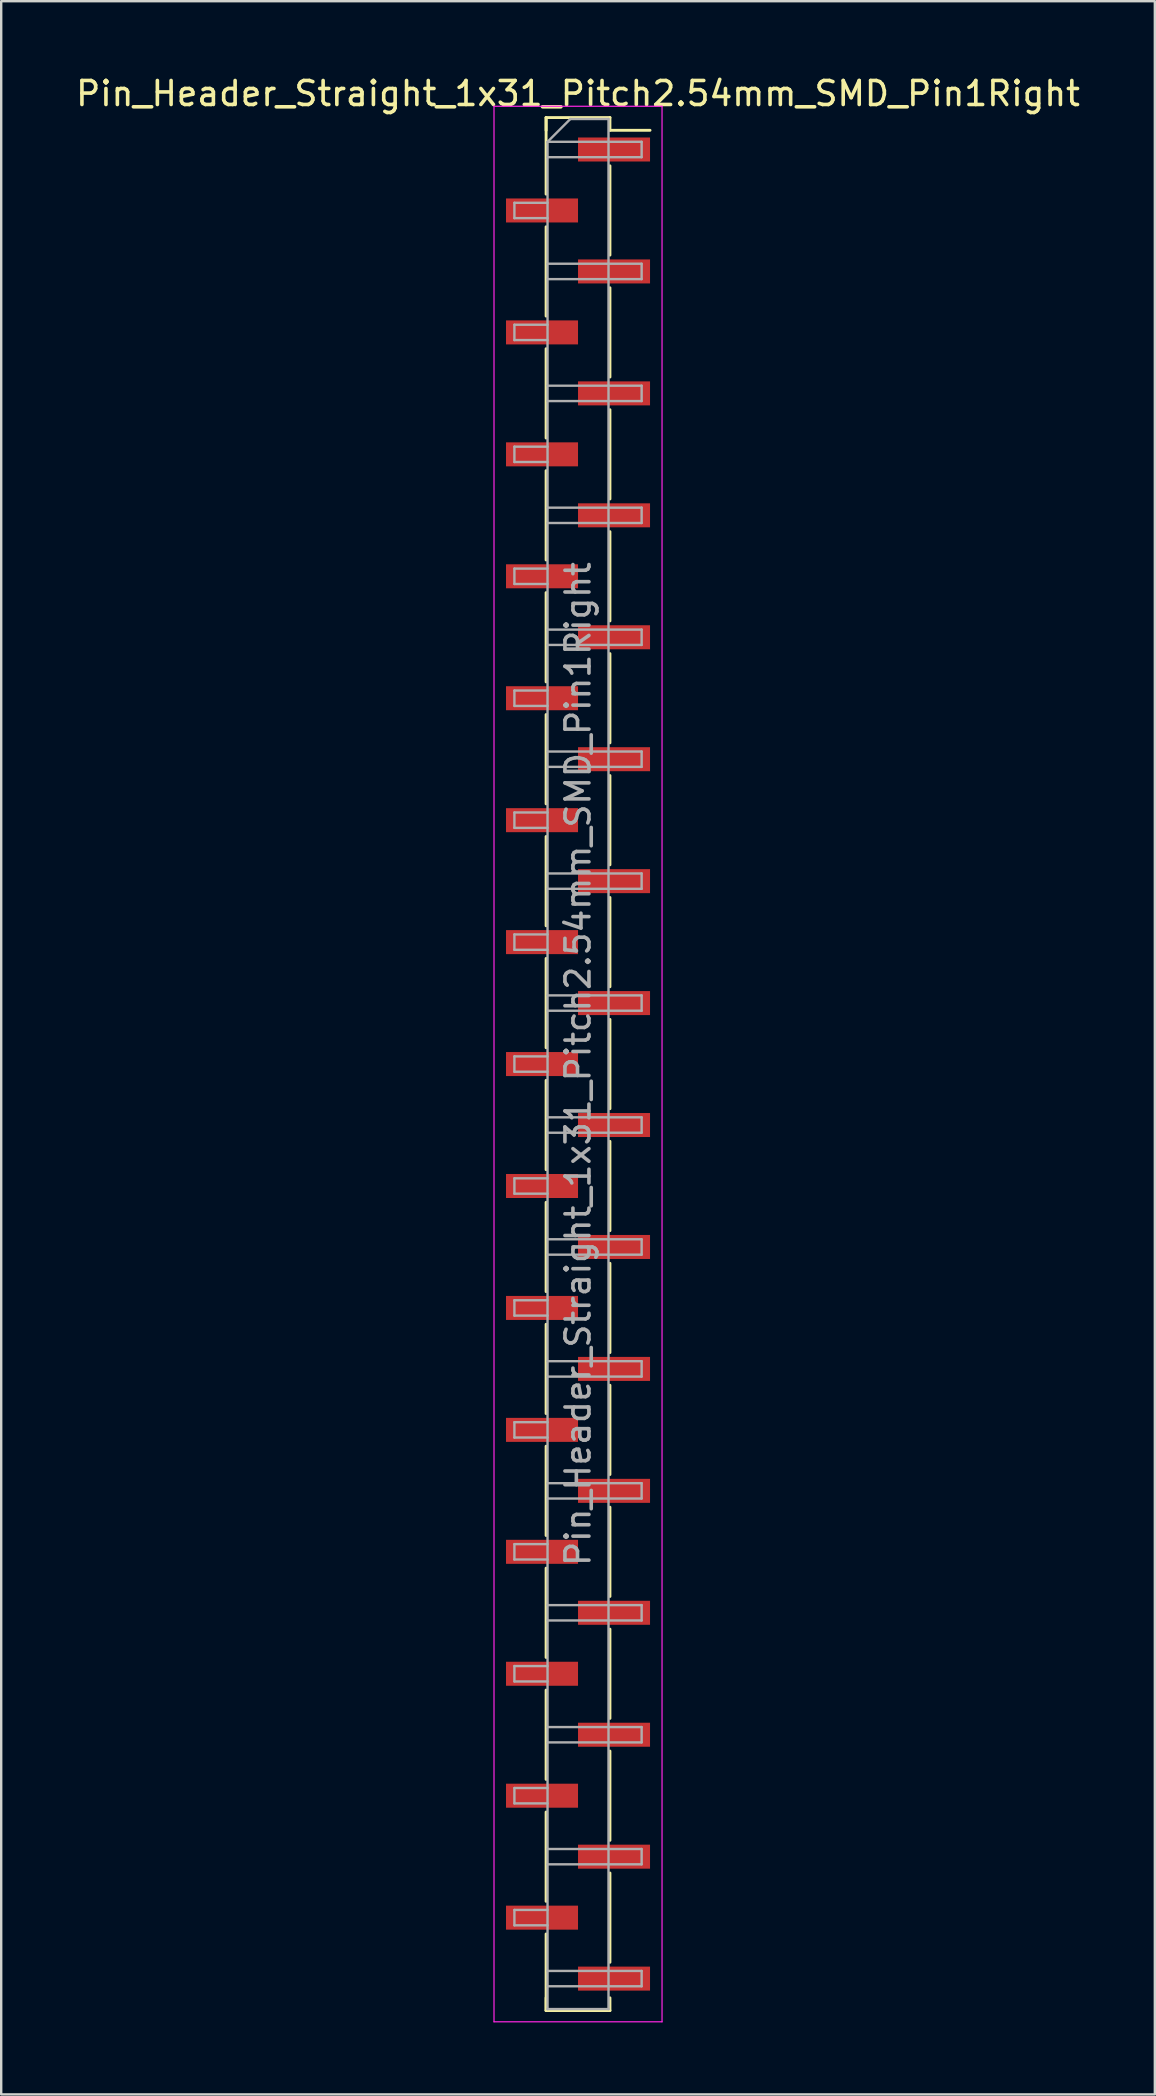
<source format=kicad_pcb>
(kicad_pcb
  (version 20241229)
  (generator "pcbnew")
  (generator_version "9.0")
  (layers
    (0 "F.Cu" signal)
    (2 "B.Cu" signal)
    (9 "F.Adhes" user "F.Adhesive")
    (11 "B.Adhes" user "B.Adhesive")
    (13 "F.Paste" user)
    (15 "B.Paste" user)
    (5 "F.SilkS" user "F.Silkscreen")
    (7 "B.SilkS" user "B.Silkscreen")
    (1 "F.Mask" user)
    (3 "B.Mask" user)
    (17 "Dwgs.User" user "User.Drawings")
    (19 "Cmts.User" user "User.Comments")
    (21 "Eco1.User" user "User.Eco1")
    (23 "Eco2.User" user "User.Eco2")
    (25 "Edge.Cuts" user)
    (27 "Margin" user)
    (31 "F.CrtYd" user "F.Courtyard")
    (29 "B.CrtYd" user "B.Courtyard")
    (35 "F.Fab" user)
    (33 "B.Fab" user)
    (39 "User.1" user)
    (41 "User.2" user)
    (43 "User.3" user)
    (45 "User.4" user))
  (footprint "Pin_Header_Straight_1x31_Pitch2.54mm_SMD_Pin1Right"
    (layer "F.Cu")
    (at 21.03 41.278)
    (property "Reference" "Pin_Header_Straight_1x31_Pitch2.54mm_SMD_Pin1Right" (at 0 -40.43 0) (layer "F.SilkS") (effects (font (size 1 1) (thickness 0.15))))
    (attr smd)
    (fp_line (start -1.33 -39.43) (end -1.33 -36.24) (stroke (width 0.12) (type solid)) (layer "F.SilkS"))
    (fp_line (start -1.33 -39.43) (end 1.33 -39.43) (stroke (width 0.12) (type solid)) (layer "F.SilkS"))
    (fp_line (start -1.33 -38.9) (end -1.33 -39.43) (stroke (width 0.12) (type solid)) (layer "F.SilkS"))
    (fp_line (start -1.33 -34.88) (end -1.33 -31.16) (stroke (width 0.12) (type solid)) (layer "F.SilkS"))
    (fp_line (start -1.33 -29.8) (end -1.33 -26.08) (stroke (width 0.12) (type solid)) (layer "F.SilkS"))
    (fp_line (start -1.33 -24.72) (end -1.33 -21) (stroke (width 0.12) (type solid)) (layer "F.SilkS"))
    (fp_line (start -1.33 -19.64) (end -1.33 -15.92) (stroke (width 0.12) (type solid)) (layer "F.SilkS"))
    (fp_line (start -1.33 -14.56) (end -1.33 -10.84) (stroke (width 0.12) (type solid)) (layer "F.SilkS"))
    (fp_line (start -1.33 -9.48) (end -1.33 -5.76) (stroke (width 0.12) (type solid)) (layer "F.SilkS"))
    (fp_line (start -1.33 -4.4) (end -1.33 -0.68) (stroke (width 0.12) (type solid)) (layer "F.SilkS"))
    (fp_line (start -1.33 0.68) (end -1.33 4.4) (stroke (width 0.12) (type solid)) (layer "F.SilkS"))
    (fp_line (start -1.33 5.76) (end -1.33 9.48) (stroke (width 0.12) (type solid)) (layer "F.SilkS"))
    (fp_line (start -1.33 10.84) (end -1.33 14.56) (stroke (width 0.12) (type solid)) (layer "F.SilkS"))
    (fp_line (start -1.33 15.92) (end -1.33 19.64) (stroke (width 0.12) (type solid)) (layer "F.SilkS"))
    (fp_line (start -1.33 21) (end -1.33 24.72) (stroke (width 0.12) (type solid)) (layer "F.SilkS"))
    (fp_line (start -1.33 26.08) (end -1.33 29.8) (stroke (width 0.12) (type solid)) (layer "F.SilkS"))
    (fp_line (start -1.33 31.16) (end -1.33 34.88) (stroke (width 0.12) (type solid)) (layer "F.SilkS"))
    (fp_line (start -1.33 36.24) (end -1.33 39.43) (stroke (width 0.12) (type solid)) (layer "F.SilkS"))
    (fp_line (start -1.33 38.9) (end -1.33 39.43) (stroke (width 0.12) (type solid)) (layer "F.SilkS"))
    (fp_line (start -1.33 39.43) (end 1.33 39.43) (stroke (width 0.12) (type solid)) (layer "F.SilkS"))
    (fp_line (start 1.33 -39.43) (end 1.33 -38.9) (stroke (width 0.12) (type solid)) (layer "F.SilkS"))
    (fp_line (start 1.33 -38.9) (end 3 -38.9) (stroke (width 0.12) (type solid)) (layer "F.SilkS"))
    (fp_line (start 1.33 -37.42) (end 1.33 -33.7) (stroke (width 0.12) (type solid)) (layer "F.SilkS"))
    (fp_line (start 1.33 -32.34) (end 1.33 -28.62) (stroke (width 0.12) (type solid)) (layer "F.SilkS"))
    (fp_line (start 1.33 -27.26) (end 1.33 -23.54) (stroke (width 0.12) (type solid)) (layer "F.SilkS"))
    (fp_line (start 1.33 -22.18) (end 1.33 -18.46) (stroke (width 0.12) (type solid)) (layer "F.SilkS"))
    (fp_line (start 1.33 -17.1) (end 1.33 -13.38) (stroke (width 0.12) (type solid)) (layer "F.SilkS"))
    (fp_line (start 1.33 -12.02) (end 1.33 -8.3) (stroke (width 0.12) (type solid)) (layer "F.SilkS"))
    (fp_line (start 1.33 -6.94) (end 1.33 -3.22) (stroke (width 0.12) (type solid)) (layer "F.SilkS"))
    (fp_line (start 1.33 -1.86) (end 1.33 1.86) (stroke (width 0.12) (type solid)) (layer "F.SilkS"))
    (fp_line (start 1.33 3.22) (end 1.33 6.94) (stroke (width 0.12) (type solid)) (layer "F.SilkS"))
    (fp_line (start 1.33 8.3) (end 1.33 12.02) (stroke (width 0.12) (type solid)) (layer "F.SilkS"))
    (fp_line (start 1.33 13.38) (end 1.33 17.1) (stroke (width 0.12) (type solid)) (layer "F.SilkS"))
    (fp_line (start 1.33 18.46) (end 1.33 22.18) (stroke (width 0.12) (type solid)) (layer "F.SilkS"))
    (fp_line (start 1.33 23.54) (end 1.33 27.26) (stroke (width 0.12) (type solid)) (layer "F.SilkS"))
    (fp_line (start 1.33 28.62) (end 1.33 32.34) (stroke (width 0.12) (type solid)) (layer "F.SilkS"))
    (fp_line (start 1.33 33.7) (end 1.33 37.42) (stroke (width 0.12) (type solid)) (layer "F.SilkS"))
    (fp_line (start 1.33 39.43) (end 1.33 38.9) (stroke (width 0.12) (type solid)) (layer "F.SilkS"))
    (fp_line (start -3.5 -39.9) (end -3.5 39.9) (stroke (width 0.05) (type solid)) (layer "F.CrtYd"))
    (fp_line (start -3.5 39.9) (end 3.5 39.9) (stroke (width 0.05) (type solid)) (layer "F.CrtYd"))
    (fp_line (start 3.5 -39.9) (end -3.5 -39.9) (stroke (width 0.05) (type solid)) (layer "F.CrtYd"))
    (fp_line (start 3.5 39.9) (end 3.5 -39.9) (stroke (width 0.05) (type solid)) (layer "F.CrtYd"))
    (fp_line (start -2.65 -35.88) (end -2.65 -35.24) (stroke (width 0.1) (type solid)) (layer "F.Fab"))
    (fp_line (start -2.65 -35.24) (end -1.27 -35.24) (stroke (width 0.1) (type solid)) (layer "F.Fab"))
    (fp_line (start -2.65 -30.8) (end -2.65 -30.16) (stroke (width 0.1) (type solid)) (layer "F.Fab"))
    (fp_line (start -2.65 -30.16) (end -1.27 -30.16) (stroke (width 0.1) (type solid)) (layer "F.Fab"))
    (fp_line (start -2.65 -25.72) (end -2.65 -25.08) (stroke (width 0.1) (type solid)) (layer "F.Fab"))
    (fp_line (start -2.65 -25.08) (end -1.27 -25.08) (stroke (width 0.1) (type solid)) (layer "F.Fab"))
    (fp_line (start -2.65 -20.64) (end -2.65 -20) (stroke (width 0.1) (type solid)) (layer "F.Fab"))
    (fp_line (start -2.65 -20) (end -1.27 -20) (stroke (width 0.1) (type solid)) (layer "F.Fab"))
    (fp_line (start -2.65 -15.56) (end -2.65 -14.92) (stroke (width 0.1) (type solid)) (layer "F.Fab"))
    (fp_line (start -2.65 -14.92) (end -1.27 -14.92) (stroke (width 0.1) (type solid)) (layer "F.Fab"))
    (fp_line (start -2.65 -10.48) (end -2.65 -9.84) (stroke (width 0.1) (type solid)) (layer "F.Fab"))
    (fp_line (start -2.65 -9.84) (end -1.27 -9.84) (stroke (width 0.1) (type solid)) (layer "F.Fab"))
    (fp_line (start -2.65 -5.4) (end -2.65 -4.76) (stroke (width 0.1) (type solid)) (layer "F.Fab"))
    (fp_line (start -2.65 -4.76) (end -1.27 -4.76) (stroke (width 0.1) (type solid)) (layer "F.Fab"))
    (fp_line (start -2.65 -0.32) (end -2.65 0.32) (stroke (width 0.1) (type solid)) (layer "F.Fab"))
    (fp_line (start -2.65 0.32) (end -1.27 0.32) (stroke (width 0.1) (type solid)) (layer "F.Fab"))
    (fp_line (start -2.65 4.76) (end -2.65 5.4) (stroke (width 0.1) (type solid)) (layer "F.Fab"))
    (fp_line (start -2.65 5.4) (end -1.27 5.4) (stroke (width 0.1) (type solid)) (layer "F.Fab"))
    (fp_line (start -2.65 9.84) (end -2.65 10.48) (stroke (width 0.1) (type solid)) (layer "F.Fab"))
    (fp_line (start -2.65 10.48) (end -1.27 10.48) (stroke (width 0.1) (type solid)) (layer "F.Fab"))
    (fp_line (start -2.65 14.92) (end -2.65 15.56) (stroke (width 0.1) (type solid)) (layer "F.Fab"))
    (fp_line (start -2.65 15.56) (end -1.27 15.56) (stroke (width 0.1) (type solid)) (layer "F.Fab"))
    (fp_line (start -2.65 20) (end -2.65 20.64) (stroke (width 0.1) (type solid)) (layer "F.Fab"))
    (fp_line (start -2.65 20.64) (end -1.27 20.64) (stroke (width 0.1) (type solid)) (layer "F.Fab"))
    (fp_line (start -2.65 25.08) (end -2.65 25.72) (stroke (width 0.1) (type solid)) (layer "F.Fab"))
    (fp_line (start -2.65 25.72) (end -1.27 25.72) (stroke (width 0.1) (type solid)) (layer "F.Fab"))
    (fp_line (start -2.65 30.16) (end -2.65 30.8) (stroke (width 0.1) (type solid)) (layer "F.Fab"))
    (fp_line (start -2.65 30.8) (end -1.27 30.8) (stroke (width 0.1) (type solid)) (layer "F.Fab"))
    (fp_line (start -2.65 35.24) (end -2.65 35.88) (stroke (width 0.1) (type solid)) (layer "F.Fab"))
    (fp_line (start -2.65 35.88) (end -1.27 35.88) (stroke (width 0.1) (type solid)) (layer "F.Fab"))
    (fp_line (start -1.27 -38.42) (end -0.32 -39.37) (stroke (width 0.1) (type solid)) (layer "F.Fab"))
    (fp_line (start -1.27 -38.42) (end 2.65 -38.42) (stroke (width 0.1) (type solid)) (layer "F.Fab"))
    (fp_line (start -1.27 -35.88) (end -2.65 -35.88) (stroke (width 0.1) (type solid)) (layer "F.Fab"))
    (fp_line (start -1.27 -33.34) (end 2.65 -33.34) (stroke (width 0.1) (type solid)) (layer "F.Fab"))
    (fp_line (start -1.27 -30.8) (end -2.65 -30.8) (stroke (width 0.1) (type solid)) (layer "F.Fab"))
    (fp_line (start -1.27 -28.26) (end 2.65 -28.26) (stroke (width 0.1) (type solid)) (layer "F.Fab"))
    (fp_line (start -1.27 -25.72) (end -2.65 -25.72) (stroke (width 0.1) (type solid)) (layer "F.Fab"))
    (fp_line (start -1.27 -23.18) (end 2.65 -23.18) (stroke (width 0.1) (type solid)) (layer "F.Fab"))
    (fp_line (start -1.27 -20.64) (end -2.65 -20.64) (stroke (width 0.1) (type solid)) (layer "F.Fab"))
    (fp_line (start -1.27 -18.1) (end 2.65 -18.1) (stroke (width 0.1) (type solid)) (layer "F.Fab"))
    (fp_line (start -1.27 -15.56) (end -2.65 -15.56) (stroke (width 0.1) (type solid)) (layer "F.Fab"))
    (fp_line (start -1.27 -13.02) (end 2.65 -13.02) (stroke (width 0.1) (type solid)) (layer "F.Fab"))
    (fp_line (start -1.27 -10.48) (end -2.65 -10.48) (stroke (width 0.1) (type solid)) (layer "F.Fab"))
    (fp_line (start -1.27 -7.94) (end 2.65 -7.94) (stroke (width 0.1) (type solid)) (layer "F.Fab"))
    (fp_line (start -1.27 -5.4) (end -2.65 -5.4) (stroke (width 0.1) (type solid)) (layer "F.Fab"))
    (fp_line (start -1.27 -2.86) (end 2.65 -2.86) (stroke (width 0.1) (type solid)) (layer "F.Fab"))
    (fp_line (start -1.27 -0.32) (end -2.65 -0.32) (stroke (width 0.1) (type solid)) (layer "F.Fab"))
    (fp_line (start -1.27 2.22) (end 2.65 2.22) (stroke (width 0.1) (type solid)) (layer "F.Fab"))
    (fp_line (start -1.27 4.76) (end -2.65 4.76) (stroke (width 0.1) (type solid)) (layer "F.Fab"))
    (fp_line (start -1.27 7.3) (end 2.65 7.3) (stroke (width 0.1) (type solid)) (layer "F.Fab"))
    (fp_line (start -1.27 9.84) (end -2.65 9.84) (stroke (width 0.1) (type solid)) (layer "F.Fab"))
    (fp_line (start -1.27 12.38) (end 2.65 12.38) (stroke (width 0.1) (type solid)) (layer "F.Fab"))
    (fp_line (start -1.27 14.92) (end -2.65 14.92) (stroke (width 0.1) (type solid)) (layer "F.Fab"))
    (fp_line (start -1.27 17.46) (end 2.65 17.46) (stroke (width 0.1) (type solid)) (layer "F.Fab"))
    (fp_line (start -1.27 20) (end -2.65 20) (stroke (width 0.1) (type solid)) (layer "F.Fab"))
    (fp_line (start -1.27 22.54) (end 2.65 22.54) (stroke (width 0.1) (type solid)) (layer "F.Fab"))
    (fp_line (start -1.27 25.08) (end -2.65 25.08) (stroke (width 0.1) (type solid)) (layer "F.Fab"))
    (fp_line (start -1.27 27.62) (end 2.65 27.62) (stroke (width 0.1) (type solid)) (layer "F.Fab"))
    (fp_line (start -1.27 30.16) (end -2.65 30.16) (stroke (width 0.1) (type solid)) (layer "F.Fab"))
    (fp_line (start -1.27 32.7) (end 2.65 32.7) (stroke (width 0.1) (type solid)) (layer "F.Fab"))
    (fp_line (start -1.27 35.24) (end -2.65 35.24) (stroke (width 0.1) (type solid)) (layer "F.Fab"))
    (fp_line (start -1.27 37.78) (end 2.65 37.78) (stroke (width 0.1) (type solid)) (layer "F.Fab"))
    (fp_line (start -1.27 39.37) (end -1.27 -38.42) (stroke (width 0.1) (type solid)) (layer "F.Fab"))
    (fp_line (start -0.32 -39.37) (end 1.27 -39.37) (stroke (width 0.1) (type solid)) (layer "F.Fab"))
    (fp_line (start 1.27 -39.37) (end 1.27 39.37) (stroke (width 0.1) (type solid)) (layer "F.Fab"))
    (fp_line (start 1.27 39.37) (end -1.27 39.37) (stroke (width 0.1) (type solid)) (layer "F.Fab"))
    (fp_line (start 2.65 -38.42) (end 2.65 -37.78) (stroke (width 0.1) (type solid)) (layer "F.Fab"))
    (fp_line (start 2.65 -37.78) (end -1.27 -37.78) (stroke (width 0.1) (type solid)) (layer "F.Fab"))
    (fp_line (start 2.65 -33.34) (end 2.65 -32.7) (stroke (width 0.1) (type solid)) (layer "F.Fab"))
    (fp_line (start 2.65 -32.7) (end -1.27 -32.7) (stroke (width 0.1) (type solid)) (layer "F.Fab"))
    (fp_line (start 2.65 -28.26) (end 2.65 -27.62) (stroke (width 0.1) (type solid)) (layer "F.Fab"))
    (fp_line (start 2.65 -27.62) (end -1.27 -27.62) (stroke (width 0.1) (type solid)) (layer "F.Fab"))
    (fp_line (start 2.65 -23.18) (end 2.65 -22.54) (stroke (width 0.1) (type solid)) (layer "F.Fab"))
    (fp_line (start 2.65 -22.54) (end -1.27 -22.54) (stroke (width 0.1) (type solid)) (layer "F.Fab"))
    (fp_line (start 2.65 -18.1) (end 2.65 -17.46) (stroke (width 0.1) (type solid)) (layer "F.Fab"))
    (fp_line (start 2.65 -17.46) (end -1.27 -17.46) (stroke (width 0.1) (type solid)) (layer "F.Fab"))
    (fp_line (start 2.65 -13.02) (end 2.65 -12.38) (stroke (width 0.1) (type solid)) (layer "F.Fab"))
    (fp_line (start 2.65 -12.38) (end -1.27 -12.38) (stroke (width 0.1) (type solid)) (layer "F.Fab"))
    (fp_line (start 2.65 -7.94) (end 2.65 -7.3) (stroke (width 0.1) (type solid)) (layer "F.Fab"))
    (fp_line (start 2.65 -7.3) (end -1.27 -7.3) (stroke (width 0.1) (type solid)) (layer "F.Fab"))
    (fp_line (start 2.65 -2.86) (end 2.65 -2.22) (stroke (width 0.1) (type solid)) (layer "F.Fab"))
    (fp_line (start 2.65 -2.22) (end -1.27 -2.22) (stroke (width 0.1) (type solid)) (layer "F.Fab"))
    (fp_line (start 2.65 2.22) (end 2.65 2.86) (stroke (width 0.1) (type solid)) (layer "F.Fab"))
    (fp_line (start 2.65 2.86) (end -1.27 2.86) (stroke (width 0.1) (type solid)) (layer "F.Fab"))
    (fp_line (start 2.65 7.3) (end 2.65 7.94) (stroke (width 0.1) (type solid)) (layer "F.Fab"))
    (fp_line (start 2.65 7.94) (end -1.27 7.94) (stroke (width 0.1) (type solid)) (layer "F.Fab"))
    (fp_line (start 2.65 12.38) (end 2.65 13.02) (stroke (width 0.1) (type solid)) (layer "F.Fab"))
    (fp_line (start 2.65 13.02) (end -1.27 13.02) (stroke (width 0.1) (type solid)) (layer "F.Fab"))
    (fp_line (start 2.65 17.46) (end 2.65 18.1) (stroke (width 0.1) (type solid)) (layer "F.Fab"))
    (fp_line (start 2.65 18.1) (end -1.27 18.1) (stroke (width 0.1) (type solid)) (layer "F.Fab"))
    (fp_line (start 2.65 22.54) (end 2.65 23.18) (stroke (width 0.1) (type solid)) (layer "F.Fab"))
    (fp_line (start 2.65 23.18) (end -1.27 23.18) (stroke (width 0.1) (type solid)) (layer "F.Fab"))
    (fp_line (start 2.65 27.62) (end 2.65 28.26) (stroke (width 0.1) (type solid)) (layer "F.Fab"))
    (fp_line (start 2.65 28.26) (end -1.27 28.26) (stroke (width 0.1) (type solid)) (layer "F.Fab"))
    (fp_line (start 2.65 32.7) (end 2.65 33.34) (stroke (width 0.1) (type solid)) (layer "F.Fab"))
    (fp_line (start 2.65 33.34) (end -1.27 33.34) (stroke (width 0.1) (type solid)) (layer "F.Fab"))
    (fp_line (start 2.65 37.78) (end 2.65 38.42) (stroke (width 0.1) (type solid)) (layer "F.Fab"))
    (fp_line (start 2.65 38.42) (end -1.27 38.42) (stroke (width 0.1) (type solid)) (layer "F.Fab"))
    (fp_text user "${REFERENCE}" (at 0 0 90) (layer "F.Fab") (effects (font (size 1 1) (thickness 0.15))))
    (pad "1" smd rect (at 1.5 -38.1) (size 3 1) (layers "F.Cu" "F.Mask"))
    (pad "2" smd rect (at -1.5 -35.56) (size 3 1) (layers "F.Cu" "F.Mask"))
    (pad "3" smd rect (at 1.5 -33.02) (size 3 1) (layers "F.Cu" "F.Mask"))
    (pad "4" smd rect (at -1.5 -30.48) (size 3 1) (layers "F.Cu" "F.Mask"))
    (pad "5" smd rect (at 1.5 -27.94) (size 3 1) (layers "F.Cu" "F.Mask"))
    (pad "6" smd rect (at -1.5 -25.4) (size 3 1) (layers "F.Cu" "F.Mask"))
    (pad "7" smd rect (at 1.5 -22.86) (size 3 1) (layers "F.Cu" "F.Mask"))
    (pad "8" smd rect (at -1.5 -20.32) (size 3 1) (layers "F.Cu" "F.Mask"))
    (pad "9" smd rect (at 1.5 -17.78) (size 3 1) (layers "F.Cu" "F.Mask"))
    (pad "10" smd rect (at -1.5 -15.24) (size 3 1) (layers "F.Cu" "F.Mask"))
    (pad "11" smd rect (at 1.5 -12.7) (size 3 1) (layers "F.Cu" "F.Mask"))
    (pad "12" smd rect (at -1.5 -10.16) (size 3 1) (layers "F.Cu" "F.Mask"))
    (pad "13" smd rect (at 1.5 -7.62) (size 3 1) (layers "F.Cu" "F.Mask"))
    (pad "14" smd rect (at -1.5 -5.08) (size 3 1) (layers "F.Cu" "F.Mask"))
    (pad "15" smd rect (at 1.5 -2.54) (size 3 1) (layers "F.Cu" "F.Mask"))
    (pad "16" smd rect (at -1.5 0) (size 3 1) (layers "F.Cu" "F.Mask"))
    (pad "17" smd rect (at 1.5 2.54) (size 3 1) (layers "F.Cu" "F.Mask"))
    (pad "18" smd rect (at -1.5 5.08) (size 3 1) (layers "F.Cu" "F.Mask"))
    (pad "19" smd rect (at 1.5 7.62) (size 3 1) (layers "F.Cu" "F.Mask"))
    (pad "20" smd rect (at -1.5 10.16) (size 3 1) (layers "F.Cu" "F.Mask"))
    (pad "21" smd rect (at 1.5 12.7) (size 3 1) (layers "F.Cu" "F.Mask"))
    (pad "22" smd rect (at -1.5 15.24) (size 3 1) (layers "F.Cu" "F.Mask"))
    (pad "23" smd rect (at 1.5 17.78) (size 3 1) (layers "F.Cu" "F.Mask"))
    (pad "24" smd rect (at -1.5 20.32) (size 3 1) (layers "F.Cu" "F.Mask"))
    (pad "25" smd rect (at 1.5 22.86) (size 3 1) (layers "F.Cu" "F.Mask"))
    (pad "26" smd rect (at -1.5 25.4) (size 3 1) (layers "F.Cu" "F.Mask"))
    (pad "27" smd rect (at 1.5 27.94) (size 3 1) (layers "F.Cu" "F.Mask"))
    (pad "28" smd rect (at -1.5 30.48) (size 3 1) (layers "F.Cu" "F.Mask"))
    (pad "29" smd rect (at 1.5 33.02) (size 3 1) (layers "F.Cu" "F.Mask"))
    (pad "30" smd rect (at -1.5 35.56) (size 3 1) (layers "F.Cu" "F.Mask"))
    (pad "31" smd rect (at 1.5 38.1) (size 3 1) (layers "F.Cu" "F.Mask")))
  (gr_rect
    (start -3 -3)
    (end 45.06 84.203)
    (stroke (width 0.1) (type default))
    (fill no)
    (layer "Edge.Cuts")))
</source>
